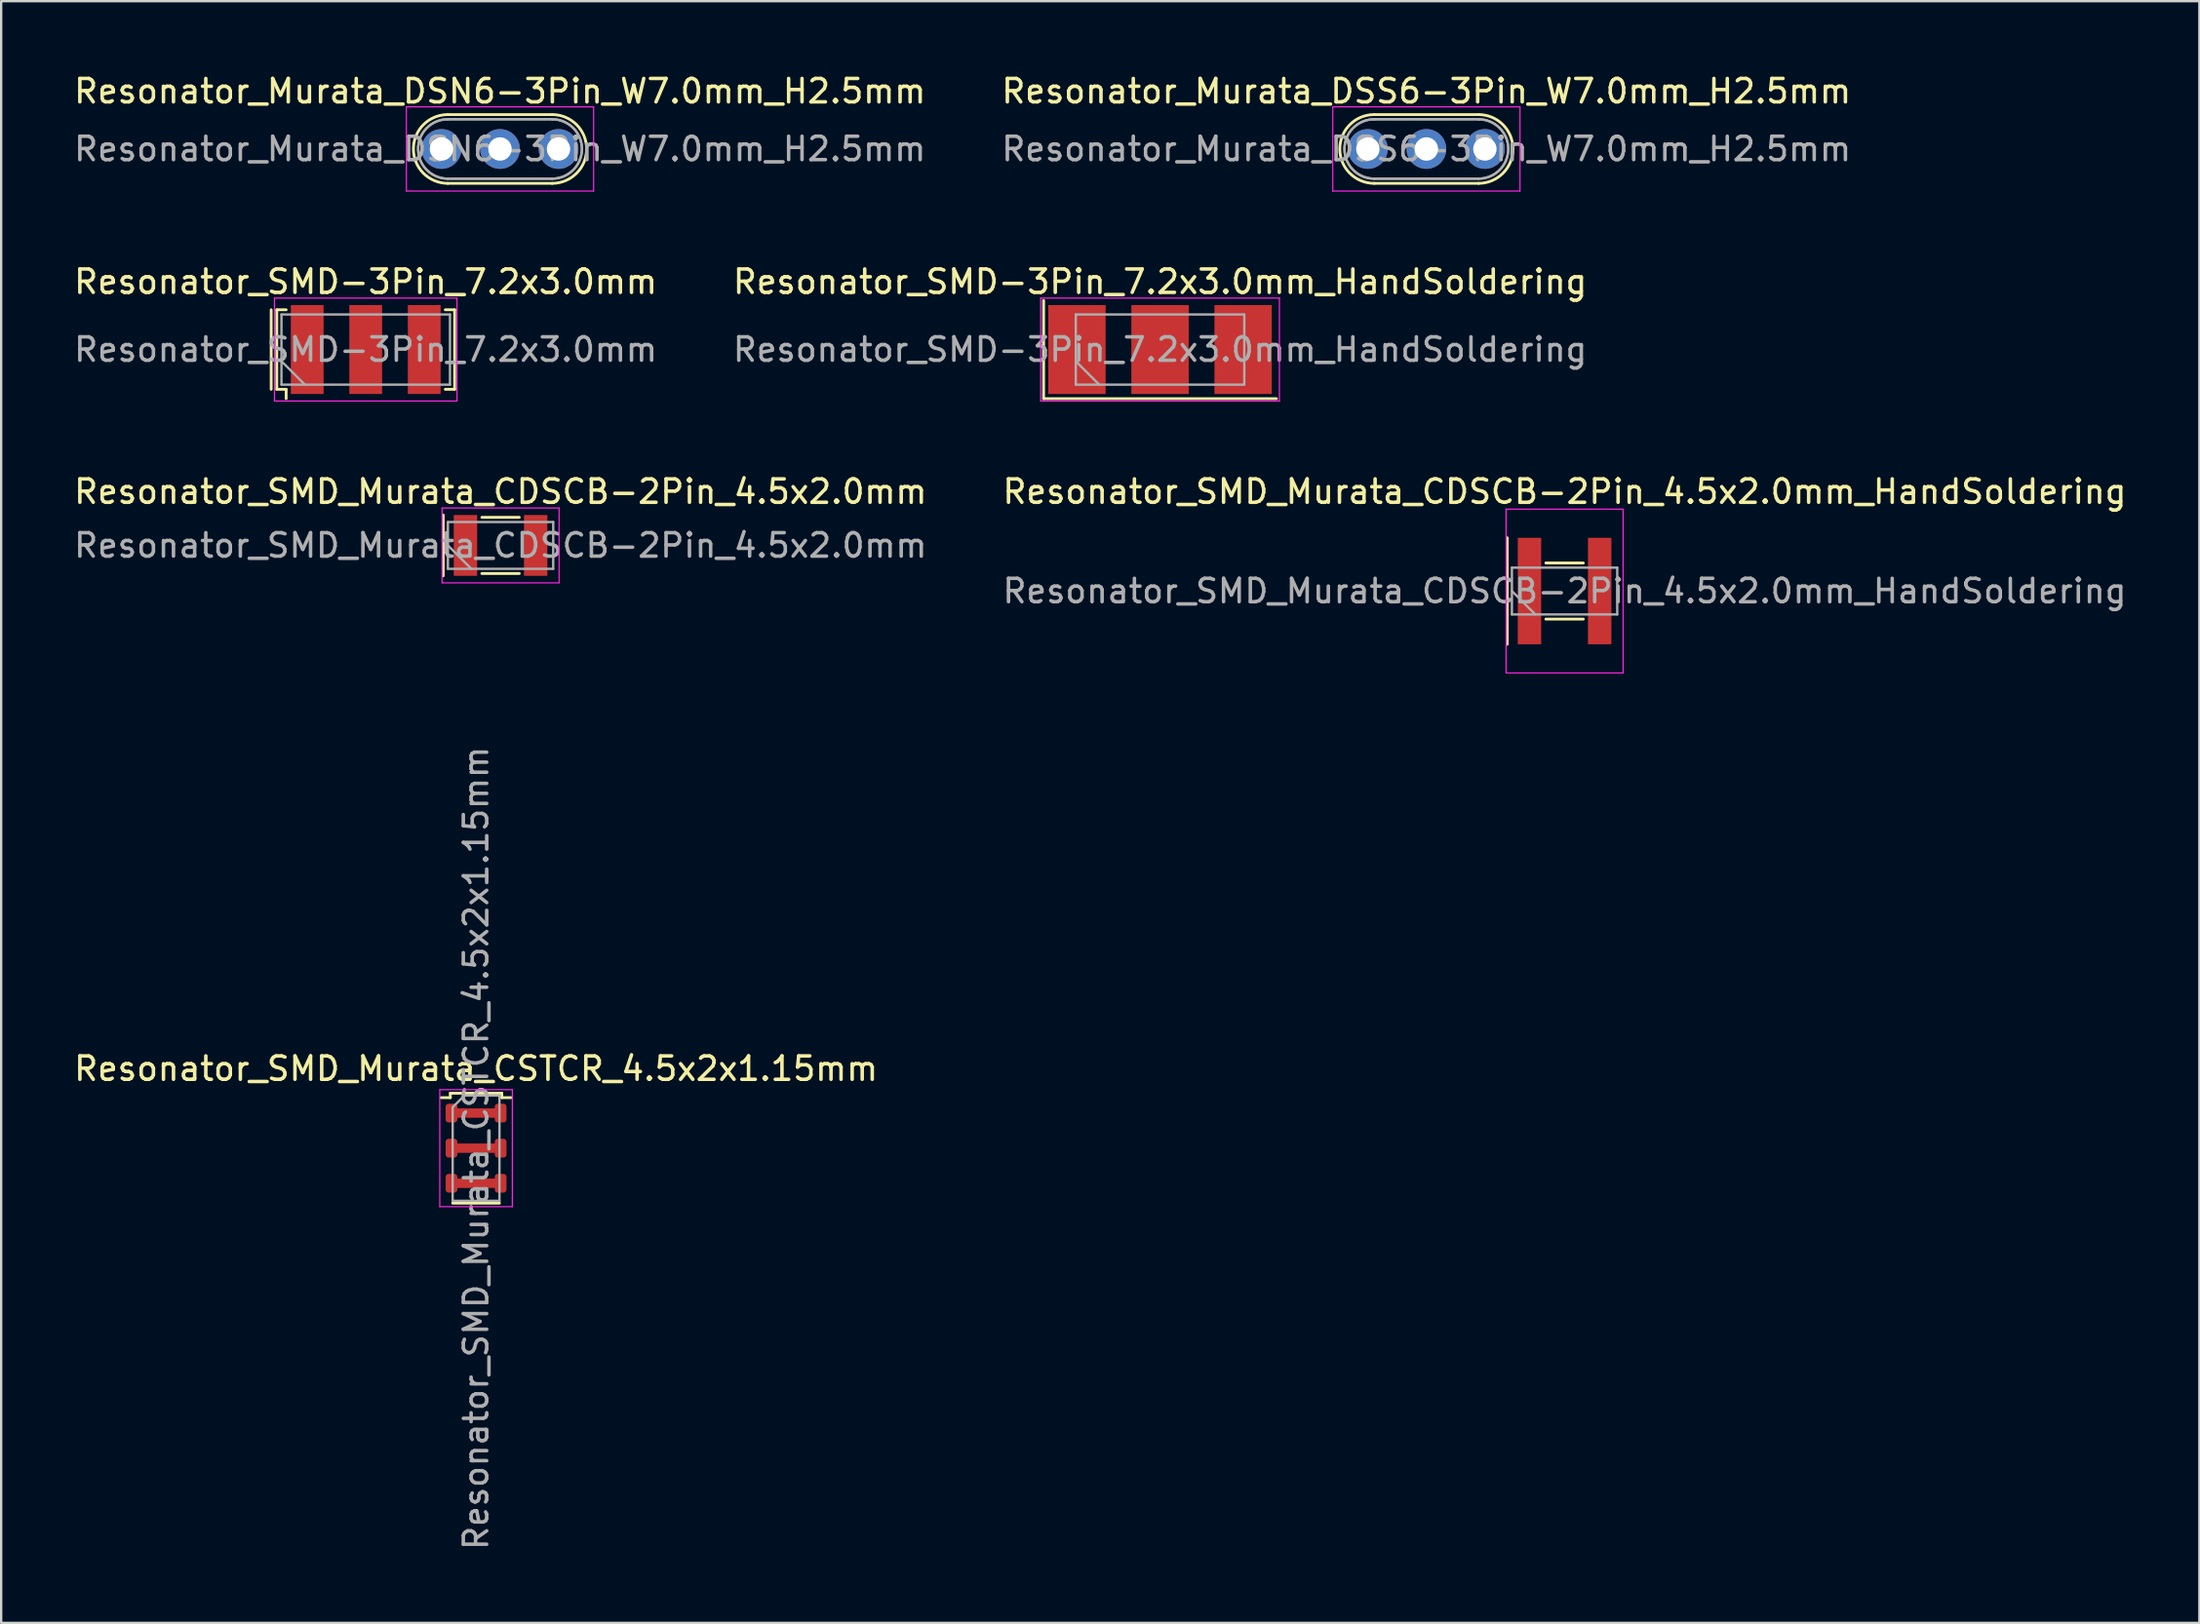
<source format=kicad_pcb>
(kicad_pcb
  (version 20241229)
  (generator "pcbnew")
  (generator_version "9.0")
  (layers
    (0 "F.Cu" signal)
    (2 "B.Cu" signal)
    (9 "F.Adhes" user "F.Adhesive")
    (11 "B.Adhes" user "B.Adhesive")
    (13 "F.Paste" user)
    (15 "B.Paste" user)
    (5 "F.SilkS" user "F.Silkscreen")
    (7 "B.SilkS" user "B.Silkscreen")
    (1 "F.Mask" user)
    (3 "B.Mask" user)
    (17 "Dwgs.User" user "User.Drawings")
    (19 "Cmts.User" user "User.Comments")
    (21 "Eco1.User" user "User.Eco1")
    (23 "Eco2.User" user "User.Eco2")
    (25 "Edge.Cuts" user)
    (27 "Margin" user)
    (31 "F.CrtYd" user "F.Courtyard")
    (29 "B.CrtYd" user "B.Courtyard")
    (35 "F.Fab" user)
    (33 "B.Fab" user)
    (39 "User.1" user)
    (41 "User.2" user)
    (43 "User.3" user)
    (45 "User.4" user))
  (footprint "Resonator_SMD-3Pin_7.2x3.0mm"
    (layer "F.Cu")
    (at 12.577 11.892)
    (property "Reference" "Resonator_SMD-3Pin_7.2x3.0mm" (at 0 -2.9 0) (layer "F.SilkS") (effects (font (size 1 1) (thickness 0.15))))
    (attr smd)
    (fp_line (start -4.04 -1.7) (end -4.04 1.7) (stroke (width 0.12) (type solid)) (layer "F.SilkS"))
    (fp_line (start -3.8 -1.7) (end -3.4 -1.7) (stroke (width 0.12) (type solid)) (layer "F.SilkS"))
    (fp_line (start -3.8 1.7) (end -3.8 -1.7) (stroke (width 0.12) (type solid)) (layer "F.SilkS"))
    (fp_line (start -3.4 1.7) (end -3.8 1.7) (stroke (width 0.12) (type solid)) (layer "F.SilkS"))
    (fp_line (start -3.4 2.1) (end -3.4 1.7) (stroke (width 0.12) (type solid)) (layer "F.SilkS"))
    (fp_line (start 3.4 -1.7) (end 3.8 -1.7) (stroke (width 0.12) (type solid)) (layer "F.SilkS"))
    (fp_line (start 3.8 -1.7) (end 3.8 1.7) (stroke (width 0.12) (type solid)) (layer "F.SilkS"))
    (fp_line (start 3.8 1.7) (end 3.4 1.7) (stroke (width 0.12) (type solid)) (layer "F.SilkS"))
    (fp_line (start -3.9 -2.2) (end -3.9 2.2) (stroke (width 0.05) (type solid)) (layer "F.CrtYd"))
    (fp_line (start -3.9 2.2) (end 3.9 2.2) (stroke (width 0.05) (type solid)) (layer "F.CrtYd"))
    (fp_line (start 3.9 -2.2) (end -3.9 -2.2) (stroke (width 0.05) (type solid)) (layer "F.CrtYd"))
    (fp_line (start 3.9 2.2) (end 3.9 -2.2) (stroke (width 0.05) (type solid)) (layer "F.CrtYd"))
    (fp_line (start -3.6 -1.5) (end -3.6 1.5) (stroke (width 0.1) (type solid)) (layer "F.Fab"))
    (fp_line (start -3.6 0.5) (end -2.6 1.5) (stroke (width 0.1) (type solid)) (layer "F.Fab"))
    (fp_line (start -3.6 1.5) (end 3.6 1.5) (stroke (width 0.1) (type solid)) (layer "F.Fab"))
    (fp_line (start 3.6 -1.5) (end -3.6 -1.5) (stroke (width 0.1) (type solid)) (layer "F.Fab"))
    (fp_line (start 3.6 1.5) (end 3.6 -1.5) (stroke (width 0.1) (type solid)) (layer "F.Fab"))
    (fp_text user "${REFERENCE}" (at 0 0 0) (layer "F.Fab") (effects (font (size 1 1) (thickness 0.15))))
    (pad "1" smd rect (at -2.5 0) (size 1.4 3.8) (layers "F.Cu" "F.Mask" "F.Paste"))
    (pad "2" smd rect (at 0 0) (size 1.4 3.8) (layers "F.Cu" "F.Mask" "F.Paste"))
    (pad "3" smd rect (at 2.5 0) (size 1.4 3.8) (layers "F.Cu" "F.Mask" "F.Paste")))
  (footprint "Resonator_Murata_DSN6-3Pin_W7.0mm_H2.5mm"
    (layer "F.Cu")
    (at 15.815 3.318)
    (property "Reference" "Resonator_Murata_DSN6-3Pin_W7.0mm_H2.5mm" (at 2.5 -2.47 0) (layer "F.SilkS") (effects (font (size 1 1) (thickness 0.15))))
    (attr through_hole)
    (fp_line (start 0.27 -1.47) (end 4.73 -1.47) (stroke (width 0.12) (type solid)) (layer "F.SilkS"))
    (fp_line (start 0.27 1.47) (end 4.73 1.47) (stroke (width 0.12) (type solid)) (layer "F.SilkS"))
    (fp_arc (start 0.27 1.47) (mid -1.2 0) (end 0.27 -1.47) (stroke (width 0.12) (type solid)) (layer "F.SilkS"))
    (fp_arc (start 4.73 -1.47) (mid 6.2 0) (end 4.73 1.47) (stroke (width 0.12) (type solid)) (layer "F.SilkS"))
    (fp_line (start -1.5 -1.8) (end -1.5 1.8) (stroke (width 0.05) (type solid)) (layer "F.CrtYd"))
    (fp_line (start -1.5 1.8) (end 6.5 1.8) (stroke (width 0.05) (type solid)) (layer "F.CrtYd"))
    (fp_line (start 6.5 -1.8) (end -1.5 -1.8) (stroke (width 0.05) (type solid)) (layer "F.CrtYd"))
    (fp_line (start 6.5 1.8) (end 6.5 -1.8) (stroke (width 0.05) (type solid)) (layer "F.CrtYd"))
    (fp_line (start 0.27 -1.27) (end 4.73 -1.27) (stroke (width 0.1) (type solid)) (layer "F.Fab"))
    (fp_line (start 0.27 -1.27) (end 4.73 -1.27) (stroke (width 0.1) (type solid)) (layer "F.Fab"))
    (fp_line (start 0.27 1.27) (end 4.73 1.27) (stroke (width 0.1) (type solid)) (layer "F.Fab"))
    (fp_line (start 0.27 1.27) (end 4.73 1.27) (stroke (width 0.1) (type solid)) (layer "F.Fab"))
    (fp_arc (start 0.27 1.27) (mid -1 0) (end 0.27 -1.27) (stroke (width 0.1) (type solid)) (layer "F.Fab"))
    (fp_arc (start 0.27 1.27) (mid -1 0) (end 0.27 -1.27) (stroke (width 0.1) (type solid)) (layer "F.Fab"))
    (fp_arc (start 4.73 -1.27) (mid 6 0) (end 4.73 1.27) (stroke (width 0.1) (type solid)) (layer "F.Fab"))
    (fp_arc (start 4.73 -1.27) (mid 6 0) (end 4.73 1.27) (stroke (width 0.1) (type solid)) (layer "F.Fab"))
    (fp_text user "${REFERENCE}" (at 2.5 0 0) (layer "F.Fab") (effects (font (size 1 1) (thickness 0.15))))
    (pad "1" thru_hole circle (at 0 0) (size 1.7 1.7) (drill 1) (layers "*.Cu" "*.Mask"))
    (pad "2" thru_hole circle (at 2.5 0) (size 1.7 1.7) (drill 1) (layers "*.Cu" "*.Mask"))
    (pad "3" thru_hole circle (at 5 0) (size 1.7 1.7) (drill 1) (layers "*.Cu" "*.Mask")))
  (footprint "Resonator_SMD_Murata_CDSCB-2Pin_4.5x2.0mm_HandSoldering"
    (layer "F.Cu")
    (at 63.804 22.215)
    (property "Reference" "Resonator_SMD_Murata_CDSCB-2Pin_4.5x2.0mm_HandSoldering" (at 0 -4.25 0) (layer "F.SilkS") (effects (font (size 1 1) (thickness 0.15))))
    (attr smd)
    (fp_line (start -2.45 -2.275) (end -2.45 2.275) (stroke (width 0.12) (type solid)) (layer "F.SilkS"))
    (fp_line (start -0.8 -1.2) (end 0.8 -1.2) (stroke (width 0.12) (type solid)) (layer "F.SilkS"))
    (fp_line (start -0.8 1.2) (end 0.8 1.2) (stroke (width 0.12) (type solid)) (layer "F.SilkS"))
    (fp_line (start -2.5 -3.5) (end -2.5 3.5) (stroke (width 0.05) (type solid)) (layer "F.CrtYd"))
    (fp_line (start -2.5 3.5) (end 2.5 3.5) (stroke (width 0.05) (type solid)) (layer "F.CrtYd"))
    (fp_line (start 2.5 -3.5) (end -2.5 -3.5) (stroke (width 0.05) (type solid)) (layer "F.CrtYd"))
    (fp_line (start 2.5 3.5) (end 2.5 -3.5) (stroke (width 0.05) (type solid)) (layer "F.CrtYd"))
    (fp_line (start -2.25 -1) (end -2.25 1) (stroke (width 0.1) (type solid)) (layer "F.Fab"))
    (fp_line (start -2.25 0) (end -1.25 1) (stroke (width 0.1) (type solid)) (layer "F.Fab"))
    (fp_line (start -2.25 1) (end 2.25 1) (stroke (width 0.1) (type solid)) (layer "F.Fab"))
    (fp_line (start 2.25 -1) (end -2.25 -1) (stroke (width 0.1) (type solid)) (layer "F.Fab"))
    (fp_line (start 2.25 1) (end 2.25 -1) (stroke (width 0.1) (type solid)) (layer "F.Fab"))
    (fp_text user "${REFERENCE}" (at 0 0 0) (layer "F.Fab") (effects (font (size 1 1) (thickness 0.15))))
    (pad "1" smd rect (at -1.5 0) (size 1 4.55) (layers "F.Cu" "F.Mask" "F.Paste"))
    (pad "2" smd rect (at 1.5 0) (size 1 4.55) (layers "F.Cu" "F.Mask" "F.Paste")))
  (footprint "Resonator_SMD_Murata_CDSCB-2Pin_4.5x2.0mm"
    (layer "F.Cu")
    (at 18.339 20.265)
    (property "Reference" "Resonator_SMD_Murata_CDSCB-2Pin_4.5x2.0mm" (at 0 -2.3 0) (layer "F.SilkS") (effects (font (size 1 1) (thickness 0.15))))
    (attr smd)
    (fp_line (start -2.45 -1.3) (end -2.45 1.3) (stroke (width 0.12) (type solid)) (layer "F.SilkS"))
    (fp_line (start -0.8 -1.2) (end 0.8 -1.2) (stroke (width 0.12) (type solid)) (layer "F.SilkS"))
    (fp_line (start -0.8 1.2) (end 0.8 1.2) (stroke (width 0.12) (type solid)) (layer "F.SilkS"))
    (fp_line (start -2.5 -1.6) (end -2.5 1.6) (stroke (width 0.05) (type solid)) (layer "F.CrtYd"))
    (fp_line (start -2.5 1.6) (end 2.5 1.6) (stroke (width 0.05) (type solid)) (layer "F.CrtYd"))
    (fp_line (start 2.5 -1.6) (end -2.5 -1.6) (stroke (width 0.05) (type solid)) (layer "F.CrtYd"))
    (fp_line (start 2.5 1.6) (end 2.5 -1.6) (stroke (width 0.05) (type solid)) (layer "F.CrtYd"))
    (fp_line (start -2.25 -1) (end -2.25 1) (stroke (width 0.1) (type solid)) (layer "F.Fab"))
    (fp_line (start -2.25 0) (end -1.25 1) (stroke (width 0.1) (type solid)) (layer "F.Fab"))
    (fp_line (start -2.25 1) (end 2.25 1) (stroke (width 0.1) (type solid)) (layer "F.Fab"))
    (fp_line (start 2.25 -1) (end -2.25 -1) (stroke (width 0.1) (type solid)) (layer "F.Fab"))
    (fp_line (start 2.25 1) (end 2.25 -1) (stroke (width 0.1) (type solid)) (layer "F.Fab"))
    (fp_text user "${REFERENCE}" (at 0 0 0) (layer "F.Fab") (effects (font (size 1 1) (thickness 0.15))))
    (pad "1" smd rect (at -1.5 0) (size 1 2.6) (layers "F.Cu" "F.Mask" "F.Paste"))
    (pad "2" smd rect (at 1.5 0) (size 1 2.6) (layers "F.Cu" "F.Mask" "F.Paste")))
  (footprint "Resonator_SMD_Murata_CSTCR_4.5x2x1.15mm"
    (layer "F.Cu")
    (at 17.292 46.031)
    (property "Reference" "Resonator_SMD_Murata_CSTCR_4.5x2x1.15mm" (at 0 -3.4 0) (layer "F.SilkS") (effects (font (size 1 1) (thickness 0.15))))
    (attr smd)
    (fp_line (start -1.1 -2.35) (end -1.1 -2.16) (stroke (width 0.12) (type default)) (layer "F.SilkS"))
    (fp_line (start -1.1 -2.16) (end -1.5 -2.16) (stroke (width 0.12) (type default)) (layer "F.SilkS"))
    (fp_line (start 1 2.35) (end -1 2.35) (stroke (width 0.12) (type solid)) (layer "F.SilkS"))
    (fp_line (start 1.1 -2.35) (end -1.1 -2.35) (stroke (width 0.12) (type solid)) (layer "F.SilkS"))
    (fp_line (start 1.1 -2.35) (end 1.1 -2.16) (stroke (width 0.12) (type default)) (layer "F.SilkS"))
    (fp_line (start 1.1 -2.16) (end 1.5 -2.16) (stroke (width 0.12) (type default)) (layer "F.SilkS"))
    (fp_line (start -1.55 -2.5) (end 1.55 -2.5) (stroke (width 0.05) (type solid)) (layer "F.CrtYd"))
    (fp_line (start -1.55 2.5) (end -1.55 -2.5) (stroke (width 0.05) (type solid)) (layer "F.CrtYd"))
    (fp_line (start 1.55 -2.5) (end 1.55 2.5) (stroke (width 0.05) (type solid)) (layer "F.CrtYd"))
    (fp_line (start 1.55 2.5) (end -1.55 2.5) (stroke (width 0.05) (type solid)) (layer "F.CrtYd"))
    (fp_line (start -1 -1.75) (end -0.5 -2.25) (stroke (width 0.1) (type default)) (layer "F.Fab"))
    (fp_line (start -1 2.25) (end -1 -1.75) (stroke (width 0.1) (type solid)) (layer "F.Fab"))
    (fp_line (start -0.5 -2.25) (end 1 -2.25) (stroke (width 0.1) (type solid)) (layer "F.Fab"))
    (fp_line (start 1 -2.25) (end 1 2.25) (stroke (width 0.1) (type solid)) (layer "F.Fab"))
    (fp_line (start 1 2.25) (end -1 2.25) (stroke (width 0.1) (type solid)) (layer "F.Fab"))
    (fp_text user "${REFERENCE}" (at 0 0 270) (layer "F.Fab") (effects (font (size 1 1) (thickness 0.15))))
    (pad "1" smd roundrect (at -1.05 -1.5) (size 0.5 0.8) (layers "F.Cu" "F.Mask" "F.Paste") (roundrect_rratio 0.25))
    (pad "1" smd rect (at 0 -1.5 270) (size 0.4 1.7) (layers "F.Cu" "F.Mask" "F.Paste"))
    (pad "1" smd roundrect (at 1.05 -1.5) (size 0.5 0.8) (layers "F.Cu" "F.Mask" "F.Paste") (roundrect_rratio 0.25))
    (pad "2" smd roundrect (at -1.05 0) (size 0.5 0.8) (layers "F.Cu" "F.Mask" "F.Paste") (roundrect_rratio 0.25))
    (pad "2" smd rect (at 0 0 270) (size 0.4 1.7) (layers "F.Cu" "F.Mask" "F.Paste"))
    (pad "2" smd roundrect (at 1.05 0) (size 0.5 0.8) (layers "F.Cu" "F.Mask" "F.Paste") (roundrect_rratio 0.25))
    (pad "3" smd roundrect (at -1.05 1.5) (size 0.5 0.8) (layers "F.Cu" "F.Mask" "F.Paste") (roundrect_rratio 0.25))
    (pad "3" smd rect (at 0 1.5 270) (size 0.4 1.7) (layers "F.Cu" "F.Mask" "F.Paste"))
    (pad "3" smd roundrect (at 1.05 1.5) (size 0.5 0.8) (layers "F.Cu" "F.Mask" "F.Paste") (roundrect_rratio 0.25)))
  (footprint "Resonator_Murata_DSS6-3Pin_W7.0mm_H2.5mm"
    (layer "F.Cu")
    (at 55.399 3.318)
    (property "Reference" "Resonator_Murata_DSS6-3Pin_W7.0mm_H2.5mm" (at 2.5 -2.47 0) (layer "F.SilkS") (effects (font (size 1 1) (thickness 0.15))))
    (attr through_hole)
    (fp_line (start 0.27 -1.47) (end 4.73 -1.47) (stroke (width 0.12) (type solid)) (layer "F.SilkS"))
    (fp_line (start 0.27 1.47) (end 4.73 1.47) (stroke (width 0.12) (type solid)) (layer "F.SilkS"))
    (fp_arc (start 0.27 1.47) (mid -1.2 0) (end 0.27 -1.47) (stroke (width 0.12) (type solid)) (layer "F.SilkS"))
    (fp_arc (start 4.73 -1.47) (mid 6.2 0) (end 4.73 1.47) (stroke (width 0.12) (type solid)) (layer "F.SilkS"))
    (fp_line (start -1.5 -1.8) (end -1.5 1.8) (stroke (width 0.05) (type solid)) (layer "F.CrtYd"))
    (fp_line (start -1.5 1.8) (end 6.5 1.8) (stroke (width 0.05) (type solid)) (layer "F.CrtYd"))
    (fp_line (start 6.5 -1.8) (end -1.5 -1.8) (stroke (width 0.05) (type solid)) (layer "F.CrtYd"))
    (fp_line (start 6.5 1.8) (end 6.5 -1.8) (stroke (width 0.05) (type solid)) (layer "F.CrtYd"))
    (fp_line (start 0.27 -1.27) (end 4.73 -1.27) (stroke (width 0.1) (type solid)) (layer "F.Fab"))
    (fp_line (start 0.27 -1.27) (end 4.73 -1.27) (stroke (width 0.1) (type solid)) (layer "F.Fab"))
    (fp_line (start 0.27 1.27) (end 4.73 1.27) (stroke (width 0.1) (type solid)) (layer "F.Fab"))
    (fp_line (start 0.27 1.27) (end 4.73 1.27) (stroke (width 0.1) (type solid)) (layer "F.Fab"))
    (fp_arc (start 0.27 1.27) (mid -1 0) (end 0.27 -1.27) (stroke (width 0.1) (type solid)) (layer "F.Fab"))
    (fp_arc (start 0.27 1.27) (mid -1 0) (end 0.27 -1.27) (stroke (width 0.1) (type solid)) (layer "F.Fab"))
    (fp_arc (start 4.73 -1.27) (mid 6 0) (end 4.73 1.27) (stroke (width 0.1) (type solid)) (layer "F.Fab"))
    (fp_arc (start 4.73 -1.27) (mid 6 0) (end 4.73 1.27) (stroke (width 0.1) (type solid)) (layer "F.Fab"))
    (fp_text user "${REFERENCE}" (at 2.5 0 0) (layer "F.Fab") (effects (font (size 1 1) (thickness 0.15))))
    (pad "1" thru_hole circle (at 0 0) (size 1.7 1.7) (drill 1) (layers "*.Cu" "*.Mask"))
    (pad "2" thru_hole circle (at 2.5 0) (size 1.7 1.7) (drill 1) (layers "*.Cu" "*.Mask"))
    (pad "3" thru_hole circle (at 5 0) (size 1.7 1.7) (drill 1) (layers "*.Cu" "*.Mask")))
  (footprint "Resonator_SMD-3Pin_7.2x3.0mm_HandSoldering"
    (layer "F.Cu")
    (at 46.518 11.892)
    (property "Reference" "Resonator_SMD-3Pin_7.2x3.0mm_HandSoldering" (at 0 -2.9 0) (layer "F.SilkS") (effects (font (size 1 1) (thickness 0.15))))
    (attr smd)
    (fp_line (start -4.975 -2.1) (end -4.975 2.1) (stroke (width 0.12) (type solid)) (layer "F.SilkS"))
    (fp_line (start -4.975 2.1) (end 4.975 2.1) (stroke (width 0.12) (type solid)) (layer "F.SilkS"))
    (fp_line (start -5.1 -2.2) (end -5.1 2.2) (stroke (width 0.05) (type solid)) (layer "F.CrtYd"))
    (fp_line (start -5.1 2.2) (end 5.1 2.2) (stroke (width 0.05) (type solid)) (layer "F.CrtYd"))
    (fp_line (start 5.1 -2.2) (end -5.1 -2.2) (stroke (width 0.05) (type solid)) (layer "F.CrtYd"))
    (fp_line (start 5.1 2.2) (end 5.1 -2.2) (stroke (width 0.05) (type solid)) (layer "F.CrtYd"))
    (fp_line (start -3.6 -1.5) (end -3.6 1.5) (stroke (width 0.1) (type solid)) (layer "F.Fab"))
    (fp_line (start -3.6 0.5) (end -2.6 1.5) (stroke (width 0.1) (type solid)) (layer "F.Fab"))
    (fp_line (start -3.6 1.5) (end 3.6 1.5) (stroke (width 0.1) (type solid)) (layer "F.Fab"))
    (fp_line (start 3.6 -1.5) (end -3.6 -1.5) (stroke (width 0.1) (type solid)) (layer "F.Fab"))
    (fp_line (start 3.6 1.5) (end 3.6 -1.5) (stroke (width 0.1) (type solid)) (layer "F.Fab"))
    (fp_text user "${REFERENCE}" (at 0 0 0) (layer "F.Fab") (effects (font (size 1 1) (thickness 0.15))))
    (pad "1" smd rect (at -3.55 0) (size 2.45 3.8) (layers "F.Cu" "F.Mask" "F.Paste"))
    (pad "2" smd rect (at 0 0) (size 2.45 3.8) (layers "F.Cu" "F.Mask" "F.Paste"))
    (pad "3" smd rect (at 3.55 0) (size 2.45 3.8) (layers "F.Cu" "F.Mask" "F.Paste")))
  (gr_rect
    (start -3 -3)
    (end 90.929 66.323)
    (stroke (width 0.1) (type default))
    (fill no)
    (layer "Edge.Cuts")))
</source>
